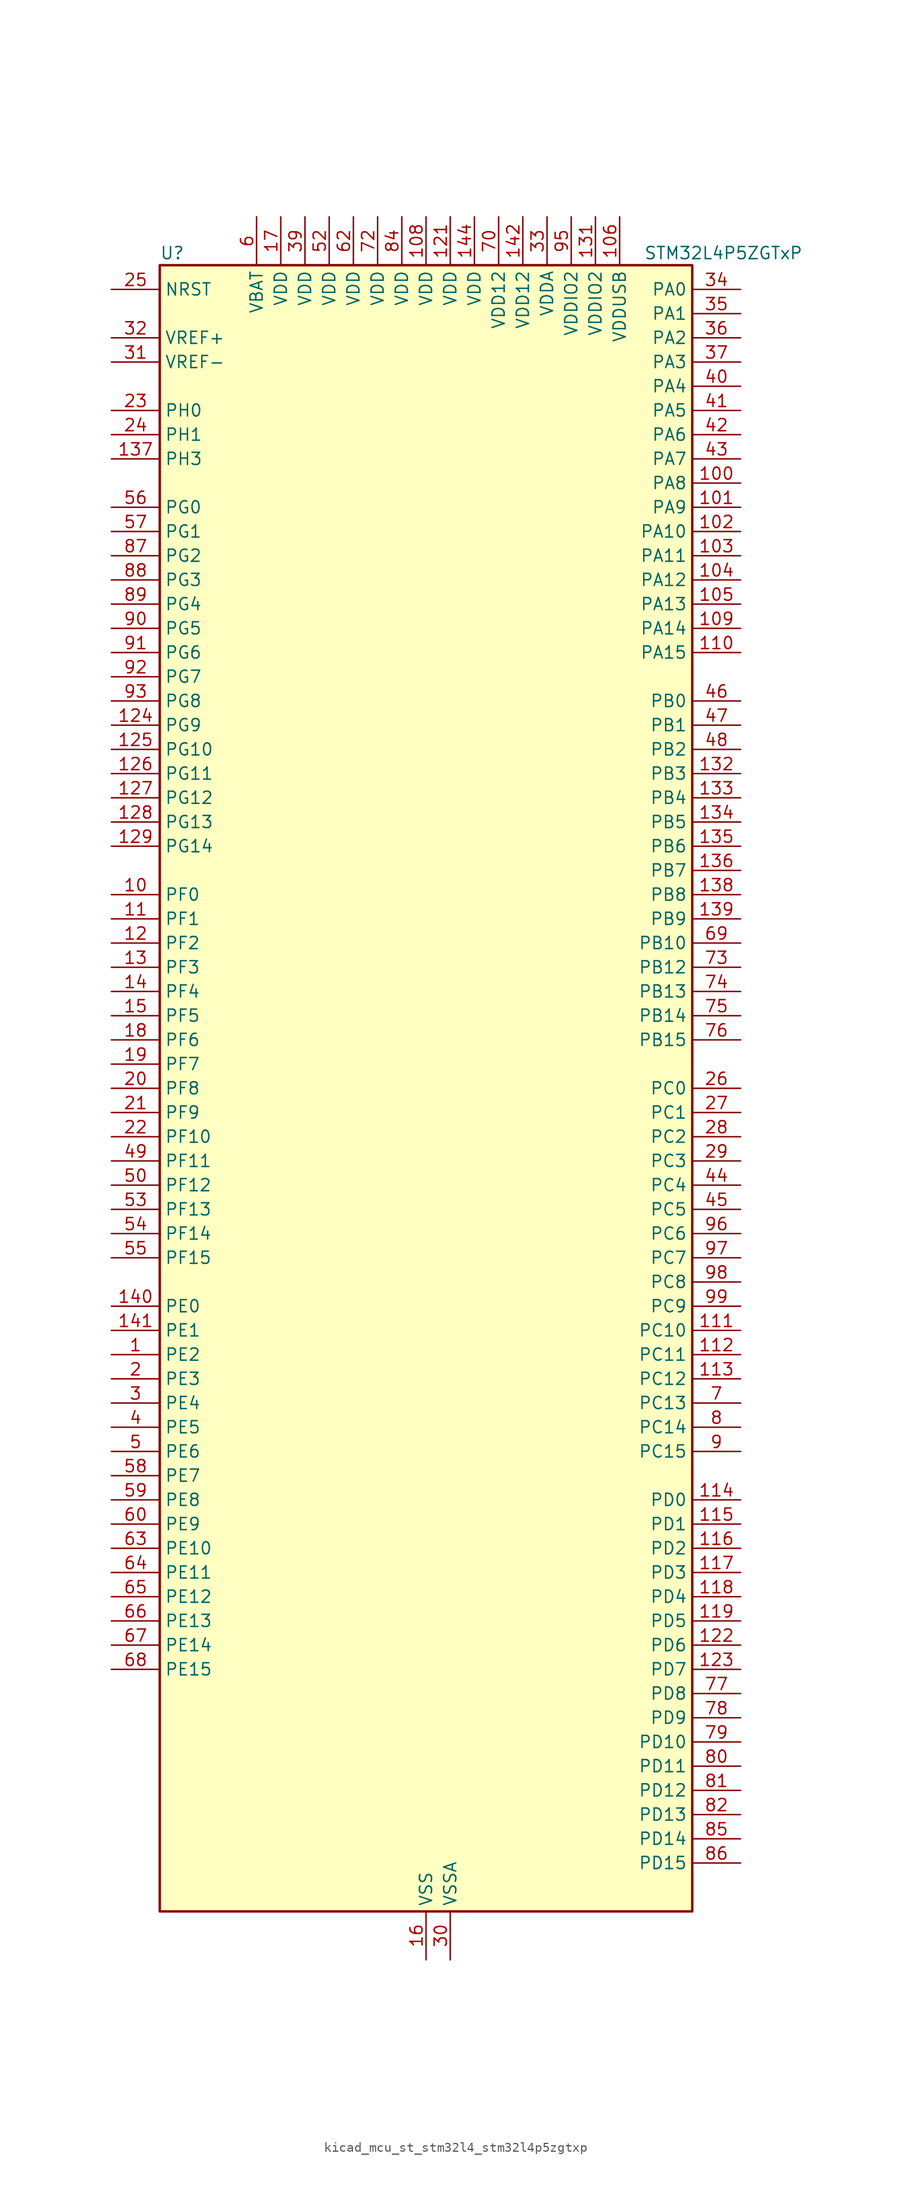
<source format=kicad_sym>
(kicad_symbol_lib
  (version 20220914)
  (generator kicad_symbol_editor)
  (symbol "kicad_mcu_st_stm32l4_stm32l4p5zgtxp"
    (property "Reference" "U"
      (at -27.94 87.63 0)
      (effects (font (size 1.27 1.27)) (justify left)))
    (property "Value" "STM32L4P5ZGTxP"
      (at 22.86 87.63 0)
      (effects (font (size 1.27 1.27)) (justify left)))
    (property "ki_locked" ""
      (at 0 0 0)
      (effects (font (size 1.27 1.27))))
    (symbol "kicad_mcu_st_stm32l4_stm32l4p5zgtxp_0_1"
      (rectangle (start -27.94 -86.36) (end 27.94 86.36) (stroke (width 0.254) (type default)) (fill (type background))))
    (symbol "kicad_mcu_st_stm32l4_stm32l4p5zgtxp_1_1"
      (pin bidirectional line (at -33.02 -27.94 0) (length 5.08) (name "PE2" (effects (font (size 1.27 1.27)))) (number "1" (effects (font (size 1.27 1.27)))) (alternate "FMC_A23" bidirectional line) (alternate "LTDC_R7" bidirectional line) (alternate "SAI1_CK1" bidirectional line) (alternate "SAI1_MCLK_A" bidirectional line) (alternate "SYS_TRACECLK" bidirectional line) (alternate "TIM3_ETR" bidirectional line) (alternate "TSC_G7_IO1" bidirectional line))
      (pin bidirectional line (at -33.02 20.32 0) (length 5.08) (name "PF0" (effects (font (size 1.27 1.27)))) (number "10" (effects (font (size 1.27 1.27)))) (alternate "FMC_A0" bidirectional line) (alternate "I2C2_SDA" bidirectional line) (alternate "OCTOSPIM_P2_IO0" bidirectional line))
      (pin bidirectional line (at 33.02 63.5 180) (length 5.08) (name "PA8" (effects (font (size 1.27 1.27)))) (number "100" (effects (font (size 1.27 1.27)))) (alternate "LPTIM2_OUT" bidirectional line) (alternate "LTDC_B7" bidirectional line) (alternate "RCC_MCO" bidirectional line) (alternate "SAI1_CK2" bidirectional line) (alternate "SAI1_SCK_A" bidirectional line) (alternate "TIM1_CH1" bidirectional line) (alternate "USART1_CK" bidirectional line) (alternate "USB_OTG_FS_SOF" bidirectional line))
      (pin bidirectional line (at 33.02 60.96 180) (length 5.08) (name "PA9" (effects (font (size 1.27 1.27)))) (number "101" (effects (font (size 1.27 1.27)))) (alternate "DAC1_EXTI9" bidirectional line) (alternate "DCMI_D0" bidirectional line) (alternate "LTDC_G7" bidirectional line) (alternate "PSSI_D0" bidirectional line) (alternate "SAI1_FS_A" bidirectional line) (alternate "SPI2_SCK" bidirectional line) (alternate "TIM15_BKIN" bidirectional line) (alternate "TIM1_CH2" bidirectional line) (alternate "USART1_TX" bidirectional line) (alternate "USB_OTG_FS_VBUS" bidirectional line))
      (pin bidirectional line (at 33.02 58.42 180) (length 5.08) (name "PA10" (effects (font (size 1.27 1.27)))) (number "102" (effects (font (size 1.27 1.27)))) (alternate "DCMI_D1" bidirectional line) (alternate "LTDC_G6" bidirectional line) (alternate "PSSI_D1" bidirectional line) (alternate "SAI1_D1" bidirectional line) (alternate "SAI1_SD_A" bidirectional line) (alternate "TIM17_BKIN" bidirectional line) (alternate "TIM1_CH3" bidirectional line) (alternate "USART1_RX" bidirectional line) (alternate "USB_OTG_FS_ID" bidirectional line))
      (pin bidirectional line (at 33.02 55.88 180) (length 5.08) (name "PA11" (effects (font (size 1.27 1.27)))) (number "103" (effects (font (size 1.27 1.27)))) (alternate "ADC1_EXTI11" bidirectional line) (alternate "ADC2_EXTI11" bidirectional line) (alternate "CAN1_RX" bidirectional line) (alternate "LTDC_DE" bidirectional line) (alternate "SPI1_MISO" bidirectional line) (alternate "TIM1_BKIN2" bidirectional line) (alternate "TIM1_CH4" bidirectional line) (alternate "USART1_CTS" bidirectional line) (alternate "USART1_NSS" bidirectional line) (alternate "USB_OTG_FS_DM" bidirectional line))
      (pin bidirectional line (at 33.02 53.34 180) (length 5.08) (name "PA12" (effects (font (size 1.27 1.27)))) (number "104" (effects (font (size 1.27 1.27)))) (alternate "CAN1_TX" bidirectional line) (alternate "LTDC_VSYNC" bidirectional line) (alternate "OCTOSPIM_P2_NCS" bidirectional line) (alternate "SPI1_MOSI" bidirectional line) (alternate "TIM1_ETR" bidirectional line) (alternate "USART1_DE" bidirectional line) (alternate "USART1_RTS" bidirectional line) (alternate "USB_OTG_FS_DP" bidirectional line))
      (pin bidirectional line (at 33.02 50.8 180) (length 5.08) (name "PA13" (effects (font (size 1.27 1.27)))) (number "105" (effects (font (size 1.27 1.27)))) (alternate "IR_OUT" bidirectional line) (alternate "SAI1_SD_B" bidirectional line) (alternate "SYS_JTMS-SWDIO" bidirectional line) (alternate "USB_OTG_FS_NOE" bidirectional line))
      (pin power_in line (at 20.32 91.44 270) (length 5.08) (name "VDDUSB" (effects (font (size 1.27 1.27)))) (number "106" (effects (font (size 1.27 1.27)))))
      (pin passive line (at 0 -91.44 90) (length 5.08) hide (name "VSS" (effects (font (size 1.27 1.27)))) (number "107" (effects (font (size 1.27 1.27)))))
      (pin power_in line (at 0 91.44 270) (length 5.08) (name "VDD" (effects (font (size 1.27 1.27)))) (number "108" (effects (font (size 1.27 1.27)))))
      (pin bidirectional line (at 33.02 48.26 180) (length 5.08) (name "PA14" (effects (font (size 1.27 1.27)))) (number "109" (effects (font (size 1.27 1.27)))) (alternate "I2C1_SMBA" bidirectional line) (alternate "I2C4_SMBA" bidirectional line) (alternate "LPTIM1_OUT" bidirectional line) (alternate "SAI1_FS_B" bidirectional line) (alternate "SYS_JTCK-SWCLK" bidirectional line) (alternate "USB_OTG_FS_SOF" bidirectional line))
      (pin bidirectional line (at -33.02 17.78 0) (length 5.08) (name "PF1" (effects (font (size 1.27 1.27)))) (number "11" (effects (font (size 1.27 1.27)))) (alternate "FMC_A1" bidirectional line) (alternate "I2C2_SCL" bidirectional line) (alternate "OCTOSPIM_P2_IO1" bidirectional line))
      (pin bidirectional line (at 33.02 45.72 180) (length 5.08) (name "PA15" (effects (font (size 1.27 1.27)))) (number "110" (effects (font (size 1.27 1.27)))) (alternate "ADC1_EXTI15" bidirectional line) (alternate "ADC2_EXTI15" bidirectional line) (alternate "LTDC_HSYNC" bidirectional line) (alternate "SAI2_FS_B" bidirectional line) (alternate "SPI1_NSS" bidirectional line) (alternate "SPI3_NSS" bidirectional line) (alternate "SYS_JTDI" bidirectional line) (alternate "TIM2_CH1" bidirectional line) (alternate "TIM2_ETR" bidirectional line) (alternate "TSC_G3_IO1" bidirectional line) (alternate "UART4_DE" bidirectional line) (alternate "UART4_RTS" bidirectional line) (alternate "USART2_RX" bidirectional line) (alternate "USART3_DE" bidirectional line) (alternate "USART3_RTS" bidirectional line))
      (pin bidirectional line (at 33.02 -25.4 180) (length 5.08) (name "PC10" (effects (font (size 1.27 1.27)))) (number "111" (effects (font (size 1.27 1.27)))) (alternate "DCMI_D8" bidirectional line) (alternate "DCMI_VSYNC" bidirectional line) (alternate "PSSI_D8" bidirectional line) (alternate "PSSI_RDY" bidirectional line) (alternate "SAI2_SCK_B" bidirectional line) (alternate "SDMMC1_D2" bidirectional line) (alternate "SPI3_SCK" bidirectional line) (alternate "SYS_TRACED1" bidirectional line) (alternate "TSC_G3_IO2" bidirectional line) (alternate "UART4_TX" bidirectional line) (alternate "USART3_TX" bidirectional line))
      (pin bidirectional line (at 33.02 -27.94 180) (length 5.08) (name "PC11" (effects (font (size 1.27 1.27)))) (number "112" (effects (font (size 1.27 1.27)))) (alternate "ADC1_EXTI11" bidirectional line) (alternate "ADC2_EXTI11" bidirectional line) (alternate "DCMI_D2" bidirectional line) (alternate "DCMI_D4" bidirectional line) (alternate "OCTOSPIM_P1_NCS" bidirectional line) (alternate "PSSI_D2" bidirectional line) (alternate "PSSI_D4" bidirectional line) (alternate "SAI2_MCLK_B" bidirectional line) (alternate "SDMMC1_D3" bidirectional line) (alternate "SPI3_MISO" bidirectional line) (alternate "TSC_G3_IO3" bidirectional line) (alternate "UART4_RX" bidirectional line) (alternate "USART3_RX" bidirectional line))
      (pin bidirectional line (at 33.02 -30.48 180) (length 5.08) (name "PC12" (effects (font (size 1.27 1.27)))) (number "113" (effects (font (size 1.27 1.27)))) (alternate "DCMI_D9" bidirectional line) (alternate "LTDC_R6" bidirectional line) (alternate "PSSI_D9" bidirectional line) (alternate "SAI2_SD_B" bidirectional line) (alternate "SDMMC1_CK" bidirectional line) (alternate "SPI3_MOSI" bidirectional line) (alternate "SYS_TRACED3" bidirectional line) (alternate "TSC_G3_IO4" bidirectional line) (alternate "UART5_TX" bidirectional line) (alternate "USART3_CK" bidirectional line))
      (pin bidirectional line (at 33.02 -43.18 180) (length 5.08) (name "PD0" (effects (font (size 1.27 1.27)))) (number "114" (effects (font (size 1.27 1.27)))) (alternate "CAN1_RX" bidirectional line) (alternate "FMC_D2" bidirectional line) (alternate "FMC_DA2" bidirectional line) (alternate "LTDC_B4" bidirectional line) (alternate "SPI2_NSS" bidirectional line))
      (pin bidirectional line (at 33.02 -45.72 180) (length 5.08) (name "PD1" (effects (font (size 1.27 1.27)))) (number "115" (effects (font (size 1.27 1.27)))) (alternate "CAN1_TX" bidirectional line) (alternate "FMC_D3" bidirectional line) (alternate "FMC_DA3" bidirectional line) (alternate "LTDC_B5" bidirectional line) (alternate "SPI2_SCK" bidirectional line))
      (pin bidirectional line (at 33.02 -48.26 180) (length 5.08) (name "PD2" (effects (font (size 1.27 1.27)))) (number "116" (effects (font (size 1.27 1.27)))) (alternate "DCMI_D11" bidirectional line) (alternate "PSSI_D11" bidirectional line) (alternate "SDMMC1_CMD" bidirectional line) (alternate "SYS_TRACED2" bidirectional line) (alternate "TIM3_ETR" bidirectional line) (alternate "TSC_SYNC" bidirectional line) (alternate "UART5_RX" bidirectional line) (alternate "USART3_DE" bidirectional line) (alternate "USART3_RTS" bidirectional line))
      (pin bidirectional line (at 33.02 -50.8 180) (length 5.08) (name "PD3" (effects (font (size 1.27 1.27)))) (number "117" (effects (font (size 1.27 1.27)))) (alternate "DCMI_D5" bidirectional line) (alternate "DFSDM1_DATIN0" bidirectional line) (alternate "FMC_CLK" bidirectional line) (alternate "LTDC_CLK" bidirectional line) (alternate "OCTOSPIM_P2_NCS" bidirectional line) (alternate "PSSI_D5" bidirectional line) (alternate "SPI2_MISO" bidirectional line) (alternate "SPI2_SCK" bidirectional line) (alternate "USART2_CTS" bidirectional line) (alternate "USART2_NSS" bidirectional line))
      (pin bidirectional line (at 33.02 -53.34 180) (length 5.08) (name "PD4" (effects (font (size 1.27 1.27)))) (number "118" (effects (font (size 1.27 1.27)))) (alternate "DFSDM1_CKIN0" bidirectional line) (alternate "FMC_NOE" bidirectional line) (alternate "OCTOSPIM_P1_IO4" bidirectional line) (alternate "SDMMC2_CKIN" bidirectional line) (alternate "SPI2_MOSI" bidirectional line) (alternate "USART2_DE" bidirectional line) (alternate "USART2_RTS" bidirectional line))
      (pin bidirectional line (at 33.02 -55.88 180) (length 5.08) (name "PD5" (effects (font (size 1.27 1.27)))) (number "119" (effects (font (size 1.27 1.27)))) (alternate "FMC_NWE" bidirectional line) (alternate "OCTOSPIM_P1_IO5" bidirectional line) (alternate "USART2_TX" bidirectional line))
      (pin bidirectional line (at -33.02 15.24 0) (length 5.08) (name "PF2" (effects (font (size 1.27 1.27)))) (number "12" (effects (font (size 1.27 1.27)))) (alternate "FMC_A2" bidirectional line) (alternate "I2C2_SMBA" bidirectional line) (alternate "OCTOSPIM_P2_IO2" bidirectional line))
      (pin passive line (at 0 -91.44 90) (length 5.08) hide (name "VSS" (effects (font (size 1.27 1.27)))) (number "120" (effects (font (size 1.27 1.27)))))
      (pin power_in line (at 2.54 91.44 270) (length 5.08) (name "VDD" (effects (font (size 1.27 1.27)))) (number "121" (effects (font (size 1.27 1.27)))))
      (pin bidirectional line (at 33.02 -58.42 180) (length 5.08) (name "PD6" (effects (font (size 1.27 1.27)))) (number "122" (effects (font (size 1.27 1.27)))) (alternate "DCMI_D10" bidirectional line) (alternate "DFSDM1_DATIN1" bidirectional line) (alternate "FMC_NWAIT" bidirectional line) (alternate "LTDC_DE" bidirectional line) (alternate "OCTOSPIM_P1_IO6" bidirectional line) (alternate "PSSI_D10" bidirectional line) (alternate "SAI1_D1" bidirectional line) (alternate "SAI1_SD_A" bidirectional line) (alternate "SDMMC2_CK" bidirectional line) (alternate "SPI3_MOSI" bidirectional line) (alternate "USART2_RX" bidirectional line))
      (pin bidirectional line (at 33.02 -60.96 180) (length 5.08) (name "PD7" (effects (font (size 1.27 1.27)))) (number "123" (effects (font (size 1.27 1.27)))) (alternate "DFSDM1_CKIN1" bidirectional line) (alternate "FMC_NCE" bidirectional line) (alternate "FMC_NE1" bidirectional line) (alternate "OCTOSPIM_P1_IO7" bidirectional line) (alternate "SDMMC2_CMD" bidirectional line) (alternate "USART2_CK" bidirectional line))
      (pin bidirectional line (at -33.02 38.1 0) (length 5.08) (name "PG9" (effects (font (size 1.27 1.27)))) (number "124" (effects (font (size 1.27 1.27)))) (alternate "DAC1_EXTI9" bidirectional line) (alternate "FMC_NCE" bidirectional line) (alternate "FMC_NE2" bidirectional line) (alternate "OCTOSPIM_P2_IO6" bidirectional line) (alternate "SAI2_SCK_A" bidirectional line) (alternate "SDMMC2_D0" bidirectional line) (alternate "SPI3_SCK" bidirectional line) (alternate "TIM15_CH1N" bidirectional line) (alternate "USART1_TX" bidirectional line))
      (pin bidirectional line (at -33.02 35.56 0) (length 5.08) (name "PG10" (effects (font (size 1.27 1.27)))) (number "125" (effects (font (size 1.27 1.27)))) (alternate "FMC_NE3" bidirectional line) (alternate "LPTIM1_IN1" bidirectional line) (alternate "OCTOSPIM_P2_IO7" bidirectional line) (alternate "SAI2_FS_A" bidirectional line) (alternate "SDMMC2_D1" bidirectional line) (alternate "SPI3_MISO" bidirectional line) (alternate "TIM15_CH1" bidirectional line) (alternate "USART1_RX" bidirectional line))
      (pin bidirectional line (at -33.02 33.02 0) (length 5.08) (name "PG11" (effects (font (size 1.27 1.27)))) (number "126" (effects (font (size 1.27 1.27)))) (alternate "ADC1_EXTI11" bidirectional line) (alternate "ADC2_EXTI11" bidirectional line) (alternate "LPTIM1_IN2" bidirectional line) (alternate "OCTOSPIM_P1_IO5" bidirectional line) (alternate "SAI2_MCLK_A" bidirectional line) (alternate "SDMMC2_D2" bidirectional line) (alternate "SPI3_MOSI" bidirectional line) (alternate "TIM15_CH2" bidirectional line) (alternate "USART1_CTS" bidirectional line) (alternate "USART1_NSS" bidirectional line))
      (pin bidirectional line (at -33.02 30.48 0) (length 5.08) (name "PG12" (effects (font (size 1.27 1.27)))) (number "127" (effects (font (size 1.27 1.27)))) (alternate "FMC_NE4" bidirectional line) (alternate "LPTIM1_ETR" bidirectional line) (alternate "OCTOSPIM_P2_NCS" bidirectional line) (alternate "SAI2_SD_A" bidirectional line) (alternate "SDMMC2_D3" bidirectional line) (alternate "SPI3_NSS" bidirectional line) (alternate "USART1_DE" bidirectional line) (alternate "USART1_RTS" bidirectional line))
      (pin bidirectional line (at -33.02 27.94 0) (length 5.08) (name "PG13" (effects (font (size 1.27 1.27)))) (number "128" (effects (font (size 1.27 1.27)))) (alternate "FMC_A24" bidirectional line) (alternate "I2C1_SDA" bidirectional line) (alternate "LTDC_R0" bidirectional line) (alternate "USART1_CK" bidirectional line))
      (pin bidirectional line (at -33.02 25.4 0) (length 5.08) (name "PG14" (effects (font (size 1.27 1.27)))) (number "129" (effects (font (size 1.27 1.27)))) (alternate "FMC_A25" bidirectional line) (alternate "I2C1_SCL" bidirectional line) (alternate "LTDC_R1" bidirectional line))
      (pin bidirectional line (at -33.02 12.7 0) (length 5.08) (name "PF3" (effects (font (size 1.27 1.27)))) (number "13" (effects (font (size 1.27 1.27)))) (alternate "FMC_A3" bidirectional line) (alternate "OCTOSPIM_P2_IO3" bidirectional line))
      (pin passive line (at 0 -91.44 90) (length 5.08) hide (name "VSS" (effects (font (size 1.27 1.27)))) (number "130" (effects (font (size 1.27 1.27)))))
      (pin power_in line (at 17.78 91.44 270) (length 5.08) (name "VDDIO2" (effects (font (size 1.27 1.27)))) (number "131" (effects (font (size 1.27 1.27)))))
      (pin bidirectional line (at 33.02 33.02 180) (length 5.08) (name "PB3" (effects (font (size 1.27 1.27)))) (number "132" (effects (font (size 1.27 1.27)))) (alternate "COMP2_INM" bidirectional line) (alternate "CRS_SYNC" bidirectional line) (alternate "OCTOSPIM_P1_IO4" bidirectional line) (alternate "SAI1_SCK_B" bidirectional line) (alternate "SDMMC2_D2" bidirectional line) (alternate "SPI1_SCK" bidirectional line) (alternate "SPI3_SCK" bidirectional line) (alternate "SYS_JTDO-SWO" bidirectional line) (alternate "TIM2_CH2" bidirectional line) (alternate "USART1_DE" bidirectional line) (alternate "USART1_RTS" bidirectional line))
      (pin bidirectional line (at 33.02 30.48 180) (length 5.08) (name "PB4" (effects (font (size 1.27 1.27)))) (number "133" (effects (font (size 1.27 1.27)))) (alternate "COMP2_INP" bidirectional line) (alternate "DCMI_D12" bidirectional line) (alternate "I2C3_SDA" bidirectional line) (alternate "OCTOSPIM_P1_IO5" bidirectional line) (alternate "PSSI_D12" bidirectional line) (alternate "SAI1_MCLK_B" bidirectional line) (alternate "SDMMC2_D3" bidirectional line) (alternate "SPI1_MISO" bidirectional line) (alternate "SPI3_MISO" bidirectional line) (alternate "SYS_JTRST" bidirectional line) (alternate "TIM17_BKIN" bidirectional line) (alternate "TIM3_CH1" bidirectional line) (alternate "TSC_G2_IO1" bidirectional line) (alternate "UART5_DE" bidirectional line) (alternate "UART5_RTS" bidirectional line) (alternate "USART1_CTS" bidirectional line) (alternate "USART1_NSS" bidirectional line))
      (pin bidirectional line (at 33.02 27.94 180) (length 5.08) (name "PB5" (effects (font (size 1.27 1.27)))) (number "134" (effects (font (size 1.27 1.27)))) (alternate "COMP2_OUT" bidirectional line) (alternate "DCMI_D10" bidirectional line) (alternate "I2C1_SMBA" bidirectional line) (alternate "LPTIM1_IN1" bidirectional line) (alternate "OCTOSPIM_P1_IO0" bidirectional line) (alternate "PSSI_D10" bidirectional line) (alternate "SAI1_SD_B" bidirectional line) (alternate "SPI1_MOSI" bidirectional line) (alternate "SPI3_MOSI" bidirectional line) (alternate "TIM16_BKIN" bidirectional line) (alternate "TIM3_CH2" bidirectional line) (alternate "TSC_G2_IO2" bidirectional line) (alternate "UART5_CTS" bidirectional line) (alternate "USART1_CK" bidirectional line))
      (pin bidirectional line (at 33.02 25.4 180) (length 5.08) (name "PB6" (effects (font (size 1.27 1.27)))) (number "135" (effects (font (size 1.27 1.27)))) (alternate "COMP2_INP" bidirectional line) (alternate "DCMI_D5" bidirectional line) (alternate "I2C1_SCL" bidirectional line) (alternate "I2C4_SCL" bidirectional line) (alternate "LPTIM1_ETR" bidirectional line) (alternate "LTDC_R6" bidirectional line) (alternate "PSSI_D5" bidirectional line) (alternate "SAI1_FS_B" bidirectional line) (alternate "TIM16_CH1N" bidirectional line) (alternate "TIM4_CH1" bidirectional line) (alternate "TIM8_BKIN2" bidirectional line) (alternate "TSC_G2_IO3" bidirectional line) (alternate "USART1_TX" bidirectional line))
      (pin bidirectional line (at 33.02 22.86 180) (length 5.08) (name "PB7" (effects (font (size 1.27 1.27)))) (number "136" (effects (font (size 1.27 1.27)))) (alternate "COMP2_INM" bidirectional line) (alternate "DCMI_VSYNC" bidirectional line) (alternate "FMC_NL" bidirectional line) (alternate "I2C1_SDA" bidirectional line) (alternate "I2C4_SDA" bidirectional line) (alternate "LPTIM1_IN2" bidirectional line) (alternate "LTDC_VSYNC" bidirectional line) (alternate "PSSI_RDY" bidirectional line) (alternate "SYS_PVD_IN" bidirectional line) (alternate "TIM17_CH1N" bidirectional line) (alternate "TIM4_CH2" bidirectional line) (alternate "TIM8_BKIN" bidirectional line) (alternate "TSC_G2_IO4" bidirectional line) (alternate "UART4_CTS" bidirectional line) (alternate "USART1_RX" bidirectional line))
      (pin bidirectional line (at -33.02 66.04 0) (length 5.08) (name "PH3" (effects (font (size 1.27 1.27)))) (number "137" (effects (font (size 1.27 1.27)))))
      (pin bidirectional line (at 33.02 20.32 180) (length 5.08) (name "PB8" (effects (font (size 1.27 1.27)))) (number "138" (effects (font (size 1.27 1.27)))) (alternate "CAN1_RX" bidirectional line) (alternate "DCMI_D6" bidirectional line) (alternate "DFSDM1_CKOUT" bidirectional line) (alternate "I2C1_SCL" bidirectional line) (alternate "LTDC_DE" bidirectional line) (alternate "PSSI_D6" bidirectional line) (alternate "SAI1_CK1" bidirectional line) (alternate "SAI1_MCLK_A" bidirectional line) (alternate "SDMMC1_CKIN" bidirectional line) (alternate "SDMMC1_D4" bidirectional line) (alternate "SDMMC2_D4" bidirectional line) (alternate "TIM16_CH1" bidirectional line) (alternate "TIM4_CH3" bidirectional line))
      (pin bidirectional line (at 33.02 17.78 180) (length 5.08) (name "PB9" (effects (font (size 1.27 1.27)))) (number "139" (effects (font (size 1.27 1.27)))) (alternate "CAN1_TX" bidirectional line) (alternate "DAC1_EXTI9" bidirectional line) (alternate "DCMI_D7" bidirectional line) (alternate "I2C1_SDA" bidirectional line) (alternate "IR_OUT" bidirectional line) (alternate "PSSI_D7" bidirectional line) (alternate "SAI1_D2" bidirectional line) (alternate "SAI1_FS_A" bidirectional line) (alternate "SDMMC1_CDIR" bidirectional line) (alternate "SDMMC1_D5" bidirectional line) (alternate "SDMMC2_D5" bidirectional line) (alternate "SPI2_NSS" bidirectional line) (alternate "TIM17_CH1" bidirectional line) (alternate "TIM4_CH4" bidirectional line))
      (pin bidirectional line (at -33.02 10.16 0) (length 5.08) (name "PF4" (effects (font (size 1.27 1.27)))) (number "14" (effects (font (size 1.27 1.27)))) (alternate "FMC_A4" bidirectional line) (alternate "OCTOSPIM_P2_CLK" bidirectional line))
      (pin bidirectional line (at -33.02 -22.86 0) (length 5.08) (name "PE0" (effects (font (size 1.27 1.27)))) (number "140" (effects (font (size 1.27 1.27)))) (alternate "DCMI_D2" bidirectional line) (alternate "FMC_NBL0" bidirectional line) (alternate "LTDC_HSYNC" bidirectional line) (alternate "PSSI_D2" bidirectional line) (alternate "TIM16_CH1" bidirectional line) (alternate "TIM4_ETR" bidirectional line))
      (pin bidirectional line (at -33.02 -25.4 0) (length 5.08) (name "PE1" (effects (font (size 1.27 1.27)))) (number "141" (effects (font (size 1.27 1.27)))) (alternate "DCMI_D3" bidirectional line) (alternate "FMC_NBL1" bidirectional line) (alternate "LTDC_VSYNC" bidirectional line) (alternate "PSSI_D3" bidirectional line) (alternate "TIM17_CH1" bidirectional line))
      (pin power_in line (at 10.16 91.44 270) (length 5.08) (name "VDD12" (effects (font (size 1.27 1.27)))) (number "142" (effects (font (size 1.27 1.27)))))
      (pin passive line (at 0 -91.44 90) (length 5.08) hide (name "VSS" (effects (font (size 1.27 1.27)))) (number "143" (effects (font (size 1.27 1.27)))))
      (pin power_in line (at 5.08 91.44 270) (length 5.08) (name "VDD" (effects (font (size 1.27 1.27)))) (number "144" (effects (font (size 1.27 1.27)))))
      (pin bidirectional line (at -33.02 7.62 0) (length 5.08) (name "PF5" (effects (font (size 1.27 1.27)))) (number "15" (effects (font (size 1.27 1.27)))) (alternate "FMC_A5" bidirectional line) (alternate "OCTOSPIM_P2_NCLK" bidirectional line))
      (pin power_in line (at 0 -91.44 90) (length 5.08) (name "VSS" (effects (font (size 1.27 1.27)))) (number "16" (effects (font (size 1.27 1.27)))))
      (pin power_in line (at -15.24 91.44 270) (length 5.08) (name "VDD" (effects (font (size 1.27 1.27)))) (number "17" (effects (font (size 1.27 1.27)))))
      (pin bidirectional line (at -33.02 5.08 0) (length 5.08) (name "PF6" (effects (font (size 1.27 1.27)))) (number "18" (effects (font (size 1.27 1.27)))) (alternate "OCTOSPIM_P1_IO3" bidirectional line) (alternate "SAI1_SD_B" bidirectional line) (alternate "TIM5_CH1" bidirectional line) (alternate "TIM5_ETR" bidirectional line))
      (pin bidirectional line (at -33.02 2.54 0) (length 5.08) (name "PF7" (effects (font (size 1.27 1.27)))) (number "19" (effects (font (size 1.27 1.27)))) (alternate "OCTOSPIM_P1_IO2" bidirectional line) (alternate "SAI1_MCLK_B" bidirectional line) (alternate "TIM5_CH2" bidirectional line))
      (pin bidirectional line (at -33.02 -30.48 0) (length 5.08) (name "PE3" (effects (font (size 1.27 1.27)))) (number "2" (effects (font (size 1.27 1.27)))) (alternate "FMC_A19" bidirectional line) (alternate "LTDC_R6" bidirectional line) (alternate "OCTOSPIM_P1_DQS" bidirectional line) (alternate "SAI1_SD_B" bidirectional line) (alternate "SYS_TRACED0" bidirectional line) (alternate "TIM3_CH1" bidirectional line) (alternate "TSC_G7_IO2" bidirectional line))
      (pin bidirectional line (at -33.02 0 0) (length 5.08) (name "PF8" (effects (font (size 1.27 1.27)))) (number "20" (effects (font (size 1.27 1.27)))) (alternate "OCTOSPIM_P1_IO0" bidirectional line) (alternate "SAI1_SCK_B" bidirectional line) (alternate "TIM5_CH3" bidirectional line))
      (pin bidirectional line (at -33.02 -2.54 0) (length 5.08) (name "PF9" (effects (font (size 1.27 1.27)))) (number "21" (effects (font (size 1.27 1.27)))) (alternate "DAC1_EXTI9" bidirectional line) (alternate "OCTOSPIM_P1_IO1" bidirectional line) (alternate "SAI1_FS_B" bidirectional line) (alternate "TIM15_CH1" bidirectional line) (alternate "TIM5_CH4" bidirectional line))
      (pin bidirectional line (at -33.02 -5.08 0) (length 5.08) (name "PF10" (effects (font (size 1.27 1.27)))) (number "22" (effects (font (size 1.27 1.27)))) (alternate "DCMI_D11" bidirectional line) (alternate "DFSDM1_CKOUT" bidirectional line) (alternate "OCTOSPIM_P1_CLK" bidirectional line) (alternate "PSSI_D11" bidirectional line) (alternate "PSSI_D15" bidirectional line) (alternate "SAI1_D3" bidirectional line) (alternate "TIM15_CH2" bidirectional line))
      (pin bidirectional line (at -33.02 71.12 0) (length 5.08) (name "PH0" (effects (font (size 1.27 1.27)))) (number "23" (effects (font (size 1.27 1.27)))) (alternate "RCC_OSC_IN" bidirectional line))
      (pin bidirectional line (at -33.02 68.58 0) (length 5.08) (name "PH1" (effects (font (size 1.27 1.27)))) (number "24" (effects (font (size 1.27 1.27)))) (alternate "RCC_OSC_OUT" bidirectional line))
      (pin input line (at -33.02 83.82 0) (length 5.08) (name "NRST" (effects (font (size 1.27 1.27)))) (number "25" (effects (font (size 1.27 1.27)))))
      (pin bidirectional line (at 33.02 0 180) (length 5.08) (name "PC0" (effects (font (size 1.27 1.27)))) (number "26" (effects (font (size 1.27 1.27)))) (alternate "ADC1_IN1" bidirectional line) (alternate "ADC2_IN1" bidirectional line) (alternate "I2C3_SCL" bidirectional line) (alternate "LPTIM1_IN1" bidirectional line) (alternate "LPTIM2_IN1" bidirectional line) (alternate "LPUART1_RX" bidirectional line) (alternate "LTDC_DE" bidirectional line) (alternate "SAI2_FS_A" bidirectional line) (alternate "SDMMC1_CMD" bidirectional line) (alternate "SDMMC2_CKIN" bidirectional line))
      (pin bidirectional line (at 33.02 -2.54 180) (length 5.08) (name "PC1" (effects (font (size 1.27 1.27)))) (number "27" (effects (font (size 1.27 1.27)))) (alternate "ADC1_IN2" bidirectional line) (alternate "ADC2_IN2" bidirectional line) (alternate "I2C3_SDA" bidirectional line) (alternate "LPTIM1_OUT" bidirectional line) (alternate "LPUART1_TX" bidirectional line) (alternate "OCTOSPIM_P1_IO4" bidirectional line) (alternate "SAI1_SD_A" bidirectional line) (alternate "SPI2_MOSI" bidirectional line) (alternate "SYS_TRACED0" bidirectional line))
      (pin bidirectional line (at 33.02 -5.08 180) (length 5.08) (name "PC2" (effects (font (size 1.27 1.27)))) (number "28" (effects (font (size 1.27 1.27)))) (alternate "ADC1_IN3" bidirectional line) (alternate "ADC2_IN3" bidirectional line) (alternate "DFSDM1_CKOUT" bidirectional line) (alternate "LPTIM1_IN2" bidirectional line) (alternate "LTDC_HSYNC" bidirectional line) (alternate "OCTOSPIM_P1_IO5" bidirectional line) (alternate "SPI2_MISO" bidirectional line))
      (pin bidirectional line (at 33.02 -7.62 180) (length 5.08) (name "PC3" (effects (font (size 1.27 1.27)))) (number "29" (effects (font (size 1.27 1.27)))) (alternate "ADC1_IN4" bidirectional line) (alternate "ADC2_IN4" bidirectional line) (alternate "LPTIM1_ETR" bidirectional line) (alternate "LPTIM2_ETR" bidirectional line) (alternate "OCTOSPIM_P1_IO6" bidirectional line) (alternate "SAI1_D1" bidirectional line) (alternate "SAI1_SD_A" bidirectional line) (alternate "SPI2_MOSI" bidirectional line))
      (pin bidirectional line (at -33.02 -33.02 0) (length 5.08) (name "PE4" (effects (font (size 1.27 1.27)))) (number "3" (effects (font (size 1.27 1.27)))) (alternate "DCMI_D4" bidirectional line) (alternate "DFSDM1_DATIN3" bidirectional line) (alternate "FMC_A20" bidirectional line) (alternate "LTDC_B7" bidirectional line) (alternate "PSSI_D4" bidirectional line) (alternate "SAI1_D2" bidirectional line) (alternate "SAI1_FS_A" bidirectional line) (alternate "SYS_TRACED1" bidirectional line) (alternate "TIM3_CH2" bidirectional line) (alternate "TSC_G7_IO3" bidirectional line))
      (pin power_in line (at 2.54 -91.44 90) (length 5.08) (name "VSSA" (effects (font (size 1.27 1.27)))) (number "30" (effects (font (size 1.27 1.27)))))
      (pin input line (at -33.02 76.2 0) (length 5.08) (name "VREF-" (effects (font (size 1.27 1.27)))) (number "31" (effects (font (size 1.27 1.27)))))
      (pin input line (at -33.02 78.74 0) (length 5.08) (name "VREF+" (effects (font (size 1.27 1.27)))) (number "32" (effects (font (size 1.27 1.27)))) (alternate "VREFBUF_OUT" bidirectional line))
      (pin power_in line (at 12.7 91.44 270) (length 5.08) (name "VDDA" (effects (font (size 1.27 1.27)))) (number "33" (effects (font (size 1.27 1.27)))))
      (pin bidirectional line (at 33.02 83.82 180) (length 5.08) (name "PA0" (effects (font (size 1.27 1.27)))) (number "34" (effects (font (size 1.27 1.27)))) (alternate "ADC1_IN5" bidirectional line) (alternate "ADC2_IN5" bidirectional line) (alternate "OPAMP1_VINP" bidirectional line) (alternate "RTC_TAMP2" bidirectional line) (alternate "SAI1_EXTCLK" bidirectional line) (alternate "SYS_WKUP1" bidirectional line) (alternate "TIM2_CH1" bidirectional line) (alternate "TIM2_ETR" bidirectional line) (alternate "TIM5_CH1" bidirectional line) (alternate "TIM8_ETR" bidirectional line) (alternate "UART4_TX" bidirectional line) (alternate "USART2_CTS" bidirectional line) (alternate "USART2_NSS" bidirectional line))
      (pin bidirectional line (at 33.02 81.28 180) (length 5.08) (name "PA1" (effects (font (size 1.27 1.27)))) (number "35" (effects (font (size 1.27 1.27)))) (alternate "ADC1_IN6" bidirectional line) (alternate "ADC2_IN6" bidirectional line) (alternate "I2C1_SMBA" bidirectional line) (alternate "OCTOSPIM_P1_DQS" bidirectional line) (alternate "OPAMP1_VINM" bidirectional line) (alternate "SDMMC2_CMD" bidirectional line) (alternate "SPI1_SCK" bidirectional line) (alternate "TIM15_CH1N" bidirectional line) (alternate "TIM2_CH2" bidirectional line) (alternate "TIM5_CH2" bidirectional line) (alternate "UART4_RX" bidirectional line) (alternate "USART2_DE" bidirectional line) (alternate "USART2_RTS" bidirectional line))
      (pin bidirectional line (at 33.02 78.74 180) (length 5.08) (name "PA2" (effects (font (size 1.27 1.27)))) (number "36" (effects (font (size 1.27 1.27)))) (alternate "ADC1_IN7" bidirectional line) (alternate "ADC2_IN7" bidirectional line) (alternate "LPUART1_TX" bidirectional line) (alternate "OCTOSPIM_P1_NCS" bidirectional line) (alternate "RCC_LSCO" bidirectional line) (alternate "SAI2_EXTCLK" bidirectional line) (alternate "SYS_WKUP4" bidirectional line) (alternate "TIM15_CH1" bidirectional line) (alternate "TIM2_CH3" bidirectional line) (alternate "TIM5_CH3" bidirectional line) (alternate "USART2_TX" bidirectional line))
      (pin bidirectional line (at 33.02 76.2 180) (length 5.08) (name "PA3" (effects (font (size 1.27 1.27)))) (number "37" (effects (font (size 1.27 1.27)))) (alternate "ADC1_IN8" bidirectional line) (alternate "ADC2_IN8" bidirectional line) (alternate "LPUART1_RX" bidirectional line) (alternate "OCTOSPIM_P1_CLK" bidirectional line) (alternate "OPAMP1_VOUT" bidirectional line) (alternate "SAI1_CK1" bidirectional line) (alternate "SAI1_MCLK_A" bidirectional line) (alternate "TIM15_CH2" bidirectional line) (alternate "TIM2_CH4" bidirectional line) (alternate "TIM5_CH4" bidirectional line) (alternate "USART2_RX" bidirectional line))
      (pin passive line (at 0 -91.44 90) (length 5.08) hide (name "VSS" (effects (font (size 1.27 1.27)))) (number "38" (effects (font (size 1.27 1.27)))))
      (pin power_in line (at -12.7 91.44 270) (length 5.08) (name "VDD" (effects (font (size 1.27 1.27)))) (number "39" (effects (font (size 1.27 1.27)))))
      (pin bidirectional line (at -33.02 -35.56 0) (length 5.08) (name "PE5" (effects (font (size 1.27 1.27)))) (number "4" (effects (font (size 1.27 1.27)))) (alternate "DCMI_D6" bidirectional line) (alternate "DFSDM1_CKIN3" bidirectional line) (alternate "FMC_A21" bidirectional line) (alternate "LTDC_G7" bidirectional line) (alternate "PSSI_D6" bidirectional line) (alternate "SAI1_CK2" bidirectional line) (alternate "SAI1_SCK_A" bidirectional line) (alternate "SYS_TRACED2" bidirectional line) (alternate "TIM3_CH3" bidirectional line) (alternate "TSC_G7_IO4" bidirectional line))
      (pin bidirectional line (at 33.02 73.66 180) (length 5.08) (name "PA4" (effects (font (size 1.27 1.27)))) (number "40" (effects (font (size 1.27 1.27)))) (alternate "ADC1_IN9" bidirectional line) (alternate "ADC2_IN9" bidirectional line) (alternate "DAC1_OUT1" bidirectional line) (alternate "DCMI_HSYNC" bidirectional line) (alternate "LPTIM2_OUT" bidirectional line) (alternate "LTDC_CLK" bidirectional line) (alternate "OCTOSPIM_P1_NCS" bidirectional line) (alternate "PSSI_DE" bidirectional line) (alternate "SAI1_FS_B" bidirectional line) (alternate "SPI1_NSS" bidirectional line) (alternate "SPI3_NSS" bidirectional line) (alternate "USART2_CK" bidirectional line))
      (pin bidirectional line (at 33.02 71.12 180) (length 5.08) (name "PA5" (effects (font (size 1.27 1.27)))) (number "41" (effects (font (size 1.27 1.27)))) (alternate "ADC1_IN10" bidirectional line) (alternate "ADC2_IN10" bidirectional line) (alternate "DAC1_OUT2" bidirectional line) (alternate "LPTIM2_ETR" bidirectional line) (alternate "LTDC_R7" bidirectional line) (alternate "PSSI_D14" bidirectional line) (alternate "SPI1_SCK" bidirectional line) (alternate "TIM2_CH1" bidirectional line) (alternate "TIM2_ETR" bidirectional line) (alternate "TIM8_CH1N" bidirectional line))
      (pin bidirectional line (at 33.02 68.58 180) (length 5.08) (name "PA6" (effects (font (size 1.27 1.27)))) (number "42" (effects (font (size 1.27 1.27)))) (alternate "ADC1_IN11" bidirectional line) (alternate "ADC2_IN11" bidirectional line) (alternate "DCMI_PIXCLK" bidirectional line) (alternate "LPUART1_CTS" bidirectional line) (alternate "OCTOSPIM_P1_IO3" bidirectional line) (alternate "OPAMP2_VINP" bidirectional line) (alternate "PSSI_PDCK" bidirectional line) (alternate "SPI1_MISO" bidirectional line) (alternate "TIM16_CH1" bidirectional line) (alternate "TIM1_BKIN" bidirectional line) (alternate "TIM3_CH1" bidirectional line) (alternate "TIM8_BKIN" bidirectional line) (alternate "USART3_CTS" bidirectional line) (alternate "USART3_NSS" bidirectional line))
      (pin bidirectional line (at 33.02 66.04 180) (length 5.08) (name "PA7" (effects (font (size 1.27 1.27)))) (number "43" (effects (font (size 1.27 1.27)))) (alternate "ADC1_IN12" bidirectional line) (alternate "ADC2_IN12" bidirectional line) (alternate "I2C3_SCL" bidirectional line) (alternate "OCTOSPIM_P1_IO2" bidirectional line) (alternate "OPAMP2_VINM" bidirectional line) (alternate "SPI1_MOSI" bidirectional line) (alternate "TIM17_CH1" bidirectional line) (alternate "TIM1_CH1N" bidirectional line) (alternate "TIM3_CH2" bidirectional line) (alternate "TIM8_CH1N" bidirectional line))
      (pin bidirectional line (at 33.02 -10.16 180) (length 5.08) (name "PC4" (effects (font (size 1.27 1.27)))) (number "44" (effects (font (size 1.27 1.27)))) (alternate "ADC1_IN13" bidirectional line) (alternate "ADC2_IN13" bidirectional line) (alternate "COMP1_INM" bidirectional line) (alternate "OCTOSPIM_P1_IO7" bidirectional line) (alternate "OCTOSPIM_P2_NCS" bidirectional line) (alternate "USART3_TX" bidirectional line))
      (pin bidirectional line (at 33.02 -12.7 180) (length 5.08) (name "PC5" (effects (font (size 1.27 1.27)))) (number "45" (effects (font (size 1.27 1.27)))) (alternate "ADC1_IN14" bidirectional line) (alternate "ADC2_IN14" bidirectional line) (alternate "COMP1_INP" bidirectional line) (alternate "LTDC_CLK" bidirectional line) (alternate "PSSI_D15" bidirectional line) (alternate "SAI1_D3" bidirectional line) (alternate "SYS_WKUP5" bidirectional line) (alternate "USART3_RX" bidirectional line))
      (pin bidirectional line (at 33.02 40.64 180) (length 5.08) (name "PB0" (effects (font (size 1.27 1.27)))) (number "46" (effects (font (size 1.27 1.27)))) (alternate "ADC1_IN15" bidirectional line) (alternate "ADC2_IN15" bidirectional line) (alternate "COMP1_OUT" bidirectional line) (alternate "LTDC_B6" bidirectional line) (alternate "OCTOSPIM_P1_IO1" bidirectional line) (alternate "OPAMP2_VOUT" bidirectional line) (alternate "SAI1_EXTCLK" bidirectional line) (alternate "SPI1_NSS" bidirectional line) (alternate "TIM1_CH2N" bidirectional line) (alternate "TIM3_CH3" bidirectional line) (alternate "TIM8_CH2N" bidirectional line) (alternate "USART3_CK" bidirectional line))
      (pin bidirectional line (at 33.02 38.1 180) (length 5.08) (name "PB1" (effects (font (size 1.27 1.27)))) (number "47" (effects (font (size 1.27 1.27)))) (alternate "ADC1_IN16" bidirectional line) (alternate "ADC2_IN16" bidirectional line) (alternate "COMP1_INM" bidirectional line) (alternate "DFSDM1_DATIN0" bidirectional line) (alternate "LPTIM2_IN1" bidirectional line) (alternate "LPUART1_DE" bidirectional line) (alternate "LPUART1_RTS" bidirectional line) (alternate "LTDC_G6" bidirectional line) (alternate "OCTOSPIM_P1_IO0" bidirectional line) (alternate "TIM1_CH3N" bidirectional line) (alternate "TIM3_CH4" bidirectional line) (alternate "TIM8_CH3N" bidirectional line) (alternate "USART3_DE" bidirectional line) (alternate "USART3_RTS" bidirectional line))
      (pin bidirectional line (at 33.02 35.56 180) (length 5.08) (name "PB2" (effects (font (size 1.27 1.27)))) (number "48" (effects (font (size 1.27 1.27)))) (alternate "COMP1_INP" bidirectional line) (alternate "DFSDM1_CKIN0" bidirectional line) (alternate "I2C3_SMBA" bidirectional line) (alternate "LPTIM1_OUT" bidirectional line) (alternate "OCTOSPIM_P1_DQS" bidirectional line) (alternate "RTC_OUT2" bidirectional line))
      (pin bidirectional line (at -33.02 -7.62 0) (length 5.08) (name "PF11" (effects (font (size 1.27 1.27)))) (number "49" (effects (font (size 1.27 1.27)))) (alternate "ADC1_EXTI11" bidirectional line) (alternate "ADC2_EXTI11" bidirectional line) (alternate "DCMI_D12" bidirectional line) (alternate "LTDC_DE" bidirectional line) (alternate "OCTOSPIM_P1_NCLK" bidirectional line) (alternate "PSSI_D12" bidirectional line))
      (pin bidirectional line (at -33.02 -38.1 0) (length 5.08) (name "PE6" (effects (font (size 1.27 1.27)))) (number "5" (effects (font (size 1.27 1.27)))) (alternate "DCMI_D7" bidirectional line) (alternate "FMC_A22" bidirectional line) (alternate "LTDC_G6" bidirectional line) (alternate "PSSI_D7" bidirectional line) (alternate "RTC_TAMP3" bidirectional line) (alternate "SAI1_D1" bidirectional line) (alternate "SAI1_SD_A" bidirectional line) (alternate "SYS_TRACED3" bidirectional line) (alternate "SYS_WKUP3" bidirectional line) (alternate "TIM3_CH4" bidirectional line))
      (pin bidirectional line (at -33.02 -10.16 0) (length 5.08) (name "PF12" (effects (font (size 1.27 1.27)))) (number "50" (effects (font (size 1.27 1.27)))) (alternate "FMC_A6" bidirectional line) (alternate "LTDC_B0" bidirectional line) (alternate "OCTOSPIM_P2_DQS" bidirectional line))
      (pin passive line (at 0 -91.44 90) (length 5.08) hide (name "VSS" (effects (font (size 1.27 1.27)))) (number "51" (effects (font (size 1.27 1.27)))))
      (pin power_in line (at -10.16 91.44 270) (length 5.08) (name "VDD" (effects (font (size 1.27 1.27)))) (number "52" (effects (font (size 1.27 1.27)))))
      (pin bidirectional line (at -33.02 -12.7 0) (length 5.08) (name "PF13" (effects (font (size 1.27 1.27)))) (number "53" (effects (font (size 1.27 1.27)))) (alternate "FMC_A7" bidirectional line) (alternate "I2C4_SMBA" bidirectional line) (alternate "LTDC_B1" bidirectional line))
      (pin bidirectional line (at -33.02 -15.24 0) (length 5.08) (name "PF14" (effects (font (size 1.27 1.27)))) (number "54" (effects (font (size 1.27 1.27)))) (alternate "FMC_A8" bidirectional line) (alternate "I2C4_SCL" bidirectional line) (alternate "LTDC_G0" bidirectional line) (alternate "TSC_G8_IO1" bidirectional line))
      (pin bidirectional line (at -33.02 -17.78 0) (length 5.08) (name "PF15" (effects (font (size 1.27 1.27)))) (number "55" (effects (font (size 1.27 1.27)))) (alternate "ADC1_EXTI15" bidirectional line) (alternate "ADC2_EXTI15" bidirectional line) (alternate "FMC_A9" bidirectional line) (alternate "I2C4_SDA" bidirectional line) (alternate "LTDC_G1" bidirectional line) (alternate "TSC_G8_IO2" bidirectional line))
      (pin bidirectional line (at -33.02 60.96 0) (length 5.08) (name "PG0" (effects (font (size 1.27 1.27)))) (number "56" (effects (font (size 1.27 1.27)))) (alternate "FMC_A10" bidirectional line) (alternate "OCTOSPIM_P2_IO4" bidirectional line) (alternate "TSC_G8_IO3" bidirectional line))
      (pin bidirectional line (at -33.02 58.42 0) (length 5.08) (name "PG1" (effects (font (size 1.27 1.27)))) (number "57" (effects (font (size 1.27 1.27)))) (alternate "FMC_A11" bidirectional line) (alternate "OCTOSPIM_P2_IO5" bidirectional line) (alternate "TSC_G8_IO4" bidirectional line))
      (pin bidirectional line (at -33.02 -40.64 0) (length 5.08) (name "PE7" (effects (font (size 1.27 1.27)))) (number "58" (effects (font (size 1.27 1.27)))) (alternate "DFSDM1_DATIN2" bidirectional line) (alternate "FMC_D4" bidirectional line) (alternate "FMC_DA4" bidirectional line) (alternate "LTDC_B6" bidirectional line) (alternate "SAI1_SD_B" bidirectional line) (alternate "TIM1_ETR" bidirectional line))
      (pin bidirectional line (at -33.02 -43.18 0) (length 5.08) (name "PE8" (effects (font (size 1.27 1.27)))) (number "59" (effects (font (size 1.27 1.27)))) (alternate "DFSDM1_CKIN2" bidirectional line) (alternate "FMC_D5" bidirectional line) (alternate "FMC_DA5" bidirectional line) (alternate "LTDC_B7" bidirectional line) (alternate "SAI1_SCK_B" bidirectional line) (alternate "TIM1_CH1N" bidirectional line))
      (pin power_in line (at -17.78 91.44 270) (length 5.08) (name "VBAT" (effects (font (size 1.27 1.27)))) (number "6" (effects (font (size 1.27 1.27)))))
      (pin bidirectional line (at -33.02 -45.72 0) (length 5.08) (name "PE9" (effects (font (size 1.27 1.27)))) (number "60" (effects (font (size 1.27 1.27)))) (alternate "DAC1_EXTI9" bidirectional line) (alternate "DFSDM1_CKOUT" bidirectional line) (alternate "FMC_D6" bidirectional line) (alternate "FMC_DA6" bidirectional line) (alternate "LTDC_G2" bidirectional line) (alternate "OCTOSPIM_P1_NCLK" bidirectional line) (alternate "SAI1_FS_B" bidirectional line) (alternate "TIM1_CH1" bidirectional line))
      (pin passive line (at 0 -91.44 90) (length 5.08) hide (name "VSS" (effects (font (size 1.27 1.27)))) (number "61" (effects (font (size 1.27 1.27)))))
      (pin power_in line (at -7.62 91.44 270) (length 5.08) (name "VDD" (effects (font (size 1.27 1.27)))) (number "62" (effects (font (size 1.27 1.27)))))
      (pin bidirectional line (at -33.02 -48.26 0) (length 5.08) (name "PE10" (effects (font (size 1.27 1.27)))) (number "63" (effects (font (size 1.27 1.27)))) (alternate "FMC_D7" bidirectional line) (alternate "FMC_DA7" bidirectional line) (alternate "LTDC_G3" bidirectional line) (alternate "OCTOSPIM_P1_CLK" bidirectional line) (alternate "SAI1_MCLK_B" bidirectional line) (alternate "TIM1_CH2N" bidirectional line) (alternate "TSC_G5_IO1" bidirectional line))
      (pin bidirectional line (at -33.02 -50.8 0) (length 5.08) (name "PE11" (effects (font (size 1.27 1.27)))) (number "64" (effects (font (size 1.27 1.27)))) (alternate "ADC1_EXTI11" bidirectional line) (alternate "ADC2_EXTI11" bidirectional line) (alternate "FMC_D8" bidirectional line) (alternate "FMC_DA8" bidirectional line) (alternate "LTDC_G4" bidirectional line) (alternate "OCTOSPIM_P1_NCS" bidirectional line) (alternate "TIM1_CH2" bidirectional line) (alternate "TSC_G5_IO2" bidirectional line))
      (pin bidirectional line (at -33.02 -53.34 0) (length 5.08) (name "PE12" (effects (font (size 1.27 1.27)))) (number "65" (effects (font (size 1.27 1.27)))) (alternate "FMC_D9" bidirectional line) (alternate "FMC_DA9" bidirectional line) (alternate "LTDC_G5" bidirectional line) (alternate "OCTOSPIM_P1_IO0" bidirectional line) (alternate "SPI1_NSS" bidirectional line) (alternate "TIM1_CH3N" bidirectional line) (alternate "TSC_G5_IO3" bidirectional line))
      (pin bidirectional line (at -33.02 -55.88 0) (length 5.08) (name "PE13" (effects (font (size 1.27 1.27)))) (number "66" (effects (font (size 1.27 1.27)))) (alternate "FMC_D10" bidirectional line) (alternate "FMC_DA10" bidirectional line) (alternate "LTDC_G6" bidirectional line) (alternate "OCTOSPIM_P1_IO1" bidirectional line) (alternate "SPI1_SCK" bidirectional line) (alternate "TIM1_CH3" bidirectional line) (alternate "TSC_G5_IO4" bidirectional line))
      (pin bidirectional line (at -33.02 -58.42 0) (length 5.08) (name "PE14" (effects (font (size 1.27 1.27)))) (number "67" (effects (font (size 1.27 1.27)))) (alternate "FMC_D11" bidirectional line) (alternate "FMC_DA11" bidirectional line) (alternate "LTDC_G7" bidirectional line) (alternate "OCTOSPIM_P1_IO2" bidirectional line) (alternate "SPI1_MISO" bidirectional line) (alternate "TIM1_BKIN2" bidirectional line) (alternate "TIM1_CH4" bidirectional line))
      (pin bidirectional line (at -33.02 -60.96 0) (length 5.08) (name "PE15" (effects (font (size 1.27 1.27)))) (number "68" (effects (font (size 1.27 1.27)))) (alternate "ADC1_EXTI15" bidirectional line) (alternate "ADC2_EXTI15" bidirectional line) (alternate "FMC_D12" bidirectional line) (alternate "FMC_DA12" bidirectional line) (alternate "LTDC_R2" bidirectional line) (alternate "OCTOSPIM_P1_IO3" bidirectional line) (alternate "SPI1_MOSI" bidirectional line) (alternate "TIM1_BKIN" bidirectional line))
      (pin bidirectional line (at 33.02 15.24 180) (length 5.08) (name "PB10" (effects (font (size 1.27 1.27)))) (number "69" (effects (font (size 1.27 1.27)))) (alternate "COMP1_OUT" bidirectional line) (alternate "I2C2_SCL" bidirectional line) (alternate "I2C4_SCL" bidirectional line) (alternate "LPUART1_RX" bidirectional line) (alternate "OCTOSPIM_P1_CLK" bidirectional line) (alternate "OCTOSPIM_P1_IO3" bidirectional line) (alternate "SAI1_SCK_A" bidirectional line) (alternate "SPI2_SCK" bidirectional line) (alternate "TIM2_CH3" bidirectional line) (alternate "TSC_SYNC" bidirectional line) (alternate "USART3_TX" bidirectional line))
      (pin bidirectional line (at 33.02 -33.02 180) (length 5.08) (name "PC13" (effects (font (size 1.27 1.27)))) (number "7" (effects (font (size 1.27 1.27)))) (alternate "RTC_OUT1" bidirectional line) (alternate "RTC_TAMP1" bidirectional line) (alternate "RTC_TS" bidirectional line) (alternate "SYS_WKUP2" bidirectional line))
      (pin power_in line (at 7.62 91.44 270) (length 5.08) (name "VDD12" (effects (font (size 1.27 1.27)))) (number "70" (effects (font (size 1.27 1.27)))))
      (pin passive line (at 0 -91.44 90) (length 5.08) hide (name "VSS" (effects (font (size 1.27 1.27)))) (number "71" (effects (font (size 1.27 1.27)))))
      (pin power_in line (at -5.08 91.44 270) (length 5.08) (name "VDD" (effects (font (size 1.27 1.27)))) (number "72" (effects (font (size 1.27 1.27)))))
      (pin bidirectional line (at 33.02 12.7 180) (length 5.08) (name "PB12" (effects (font (size 1.27 1.27)))) (number "73" (effects (font (size 1.27 1.27)))) (alternate "DFSDM1_DATIN1" bidirectional line) (alternate "I2C2_SMBA" bidirectional line) (alternate "LPUART1_DE" bidirectional line) (alternate "LPUART1_RTS" bidirectional line) (alternate "OCTOSPIM_P1_NCLK" bidirectional line) (alternate "SAI2_FS_A" bidirectional line) (alternate "SDMMC2_CK" bidirectional line) (alternate "SPI2_NSS" bidirectional line) (alternate "TIM15_BKIN" bidirectional line) (alternate "TIM1_BKIN" bidirectional line) (alternate "TSC_G1_IO1" bidirectional line) (alternate "USART3_CK" bidirectional line))
      (pin bidirectional line (at 33.02 10.16 180) (length 5.08) (name "PB13" (effects (font (size 1.27 1.27)))) (number "74" (effects (font (size 1.27 1.27)))) (alternate "DFSDM1_CKIN1" bidirectional line) (alternate "I2C2_SCL" bidirectional line) (alternate "LPUART1_CTS" bidirectional line) (alternate "OCTOSPIM_P1_IO1" bidirectional line) (alternate "SAI2_SCK_A" bidirectional line) (alternate "SPI2_SCK" bidirectional line) (alternate "TIM15_CH1N" bidirectional line) (alternate "TIM1_CH1N" bidirectional line) (alternate "TSC_G1_IO2" bidirectional line) (alternate "USART3_CTS" bidirectional line) (alternate "USART3_NSS" bidirectional line))
      (pin bidirectional line (at 33.02 7.62 180) (length 5.08) (name "PB14" (effects (font (size 1.27 1.27)))) (number "75" (effects (font (size 1.27 1.27)))) (alternate "DFSDM1_DATIN2" bidirectional line) (alternate "I2C2_SDA" bidirectional line) (alternate "OCTOSPIM_P1_IO6" bidirectional line) (alternate "SAI2_MCLK_A" bidirectional line) (alternate "SDMMC2_D0" bidirectional line) (alternate "SPI2_MISO" bidirectional line) (alternate "TIM15_CH1" bidirectional line) (alternate "TIM1_CH2N" bidirectional line) (alternate "TIM8_CH2N" bidirectional line) (alternate "TSC_G1_IO3" bidirectional line) (alternate "USART3_DE" bidirectional line) (alternate "USART3_RTS" bidirectional line))
      (pin bidirectional line (at 33.02 5.08 180) (length 5.08) (name "PB15" (effects (font (size 1.27 1.27)))) (number "76" (effects (font (size 1.27 1.27)))) (alternate "ADC1_EXTI15" bidirectional line) (alternate "ADC2_EXTI15" bidirectional line) (alternate "DFSDM1_CKIN2" bidirectional line) (alternate "OCTOSPIM_P1_IO7" bidirectional line) (alternate "RTC_REFIN" bidirectional line) (alternate "SAI2_SD_A" bidirectional line) (alternate "SDMMC2_D1" bidirectional line) (alternate "SPI2_MOSI" bidirectional line) (alternate "TIM15_CH2" bidirectional line) (alternate "TIM1_CH3N" bidirectional line) (alternate "TIM8_CH3N" bidirectional line) (alternate "TSC_G1_IO4" bidirectional line))
      (pin bidirectional line (at 33.02 -63.5 180) (length 5.08) (name "PD8" (effects (font (size 1.27 1.27)))) (number "77" (effects (font (size 1.27 1.27)))) (alternate "DCMI_HSYNC" bidirectional line) (alternate "FMC_D13" bidirectional line) (alternate "FMC_DA13" bidirectional line) (alternate "LTDC_R3" bidirectional line) (alternate "PSSI_DE" bidirectional line) (alternate "USART3_TX" bidirectional line))
      (pin bidirectional line (at 33.02 -66.04 180) (length 5.08) (name "PD9" (effects (font (size 1.27 1.27)))) (number "78" (effects (font (size 1.27 1.27)))) (alternate "DAC1_EXTI9" bidirectional line) (alternate "DCMI_PIXCLK" bidirectional line) (alternate "FMC_D14" bidirectional line) (alternate "FMC_DA14" bidirectional line) (alternate "LTDC_R4" bidirectional line) (alternate "PSSI_PDCK" bidirectional line) (alternate "SAI2_MCLK_A" bidirectional line) (alternate "USART3_RX" bidirectional line))
      (pin bidirectional line (at 33.02 -68.58 180) (length 5.08) (name "PD10" (effects (font (size 1.27 1.27)))) (number "79" (effects (font (size 1.27 1.27)))) (alternate "FMC_D15" bidirectional line) (alternate "FMC_DA15" bidirectional line) (alternate "LTDC_R5" bidirectional line) (alternate "SAI2_SCK_A" bidirectional line) (alternate "TSC_G6_IO1" bidirectional line) (alternate "USART3_CK" bidirectional line))
      (pin bidirectional line (at 33.02 -35.56 180) (length 5.08) (name "PC14" (effects (font (size 1.27 1.27)))) (number "8" (effects (font (size 1.27 1.27)))) (alternate "RCC_OSC32_IN" bidirectional line))
      (pin bidirectional line (at 33.02 -71.12 180) (length 5.08) (name "PD11" (effects (font (size 1.27 1.27)))) (number "80" (effects (font (size 1.27 1.27)))) (alternate "ADC1_EXTI11" bidirectional line) (alternate "ADC2_EXTI11" bidirectional line) (alternate "FMC_A16" bidirectional line) (alternate "FMC_CLE" bidirectional line) (alternate "I2C4_SMBA" bidirectional line) (alternate "LPTIM2_ETR" bidirectional line) (alternate "LTDC_R6" bidirectional line) (alternate "SAI2_SD_A" bidirectional line) (alternate "TSC_G6_IO2" bidirectional line) (alternate "USART3_CTS" bidirectional line) (alternate "USART3_NSS" bidirectional line))
      (pin bidirectional line (at 33.02 -73.66 180) (length 5.08) (name "PD12" (effects (font (size 1.27 1.27)))) (number "81" (effects (font (size 1.27 1.27)))) (alternate "FMC_A17" bidirectional line) (alternate "FMC_ALE" bidirectional line) (alternate "I2C4_SCL" bidirectional line) (alternate "LPTIM2_IN1" bidirectional line) (alternate "LTDC_R7" bidirectional line) (alternate "SAI2_FS_A" bidirectional line) (alternate "TIM4_CH1" bidirectional line) (alternate "TSC_G6_IO3" bidirectional line) (alternate "USART3_DE" bidirectional line) (alternate "USART3_RTS" bidirectional line))
      (pin bidirectional line (at 33.02 -76.2 180) (length 5.08) (name "PD13" (effects (font (size 1.27 1.27)))) (number "82" (effects (font (size 1.27 1.27)))) (alternate "FMC_A18" bidirectional line) (alternate "I2C4_SDA" bidirectional line) (alternate "LPTIM2_OUT" bidirectional line) (alternate "TIM4_CH2" bidirectional line) (alternate "TSC_G6_IO4" bidirectional line))
      (pin passive line (at 0 -91.44 90) (length 5.08) hide (name "VSS" (effects (font (size 1.27 1.27)))) (number "83" (effects (font (size 1.27 1.27)))))
      (pin power_in line (at -2.54 91.44 270) (length 5.08) (name "VDD" (effects (font (size 1.27 1.27)))) (number "84" (effects (font (size 1.27 1.27)))))
      (pin bidirectional line (at 33.02 -78.74 180) (length 5.08) (name "PD14" (effects (font (size 1.27 1.27)))) (number "85" (effects (font (size 1.27 1.27)))) (alternate "FMC_D0" bidirectional line) (alternate "FMC_DA0" bidirectional line) (alternate "LTDC_B2" bidirectional line) (alternate "TIM4_CH3" bidirectional line))
      (pin bidirectional line (at 33.02 -81.28 180) (length 5.08) (name "PD15" (effects (font (size 1.27 1.27)))) (number "86" (effects (font (size 1.27 1.27)))) (alternate "ADC1_EXTI15" bidirectional line) (alternate "ADC2_EXTI15" bidirectional line) (alternate "FMC_D1" bidirectional line) (alternate "FMC_DA1" bidirectional line) (alternate "LTDC_B3" bidirectional line) (alternate "TIM4_CH4" bidirectional line))
      (pin bidirectional line (at -33.02 55.88 0) (length 5.08) (name "PG2" (effects (font (size 1.27 1.27)))) (number "87" (effects (font (size 1.27 1.27)))) (alternate "FMC_A12" bidirectional line) (alternate "SAI2_SCK_B" bidirectional line) (alternate "SDMMC2_D4" bidirectional line) (alternate "SPI1_SCK" bidirectional line))
      (pin bidirectional line (at -33.02 53.34 0) (length 5.08) (name "PG3" (effects (font (size 1.27 1.27)))) (number "88" (effects (font (size 1.27 1.27)))) (alternate "FMC_A13" bidirectional line) (alternate "SAI2_FS_B" bidirectional line) (alternate "SDMMC2_D5" bidirectional line) (alternate "SPI1_MISO" bidirectional line))
      (pin bidirectional line (at -33.02 50.8 0) (length 5.08) (name "PG4" (effects (font (size 1.27 1.27)))) (number "89" (effects (font (size 1.27 1.27)))) (alternate "FMC_A14" bidirectional line) (alternate "SAI2_MCLK_B" bidirectional line) (alternate "SDMMC2_D6" bidirectional line) (alternate "SPI1_MOSI" bidirectional line))
      (pin bidirectional line (at 33.02 -38.1 180) (length 5.08) (name "PC15" (effects (font (size 1.27 1.27)))) (number "9" (effects (font (size 1.27 1.27)))) (alternate "ADC1_EXTI15" bidirectional line) (alternate "ADC2_EXTI15" bidirectional line) (alternate "RCC_OSC32_OUT" bidirectional line))
      (pin bidirectional line (at -33.02 48.26 0) (length 5.08) (name "PG5" (effects (font (size 1.27 1.27)))) (number "90" (effects (font (size 1.27 1.27)))) (alternate "FMC_A15" bidirectional line) (alternate "LPUART1_CTS" bidirectional line) (alternate "SAI2_SD_B" bidirectional line) (alternate "SDMMC2_D7" bidirectional line) (alternate "SPI1_NSS" bidirectional line))
      (pin bidirectional line (at -33.02 45.72 0) (length 5.08) (name "PG6" (effects (font (size 1.27 1.27)))) (number "91" (effects (font (size 1.27 1.27)))) (alternate "I2C3_SMBA" bidirectional line) (alternate "LPUART1_DE" bidirectional line) (alternate "LPUART1_RTS" bidirectional line) (alternate "LTDC_R1" bidirectional line) (alternate "OCTOSPIM_P1_DQS" bidirectional line))
      (pin bidirectional line (at -33.02 43.18 0) (length 5.08) (name "PG7" (effects (font (size 1.27 1.27)))) (number "92" (effects (font (size 1.27 1.27)))) (alternate "DFSDM1_CKOUT" bidirectional line) (alternate "FMC_INT" bidirectional line) (alternate "I2C3_SCL" bidirectional line) (alternate "LPUART1_TX" bidirectional line) (alternate "OCTOSPIM_P2_DQS" bidirectional line) (alternate "SAI1_CK1" bidirectional line) (alternate "SAI1_MCLK_A" bidirectional line))
      (pin bidirectional line (at -33.02 40.64 0) (length 5.08) (name "PG8" (effects (font (size 1.27 1.27)))) (number "93" (effects (font (size 1.27 1.27)))) (alternate "I2C3_SDA" bidirectional line) (alternate "LPUART1_RX" bidirectional line))
      (pin passive line (at 0 -91.44 90) (length 5.08) hide (name "VSS" (effects (font (size 1.27 1.27)))) (number "94" (effects (font (size 1.27 1.27)))))
      (pin power_in line (at 15.24 91.44 270) (length 5.08) (name "VDDIO2" (effects (font (size 1.27 1.27)))) (number "95" (effects (font (size 1.27 1.27)))))
      (pin bidirectional line (at 33.02 -15.24 180) (length 5.08) (name "PC6" (effects (font (size 1.27 1.27)))) (number "96" (effects (font (size 1.27 1.27)))) (alternate "DCMI_D0" bidirectional line) (alternate "DFSDM1_CKIN3" bidirectional line) (alternate "LTDC_G7" bidirectional line) (alternate "PSSI_D0" bidirectional line) (alternate "SAI2_MCLK_A" bidirectional line) (alternate "SDMMC1_D0DIR" bidirectional line) (alternate "SDMMC1_D6" bidirectional line) (alternate "SDMMC2_D6" bidirectional line) (alternate "TIM3_CH1" bidirectional line) (alternate "TIM8_CH1" bidirectional line) (alternate "TSC_G4_IO1" bidirectional line))
      (pin bidirectional line (at 33.02 -17.78 180) (length 5.08) (name "PC7" (effects (font (size 1.27 1.27)))) (number "97" (effects (font (size 1.27 1.27)))) (alternate "DCMI_D1" bidirectional line) (alternate "DFSDM1_DATIN3" bidirectional line) (alternate "LTDC_B6" bidirectional line) (alternate "PSSI_D1" bidirectional line) (alternate "SAI2_MCLK_B" bidirectional line) (alternate "SDMMC1_D123DIR" bidirectional line) (alternate "SDMMC1_D7" bidirectional line) (alternate "SDMMC2_D7" bidirectional line) (alternate "TIM3_CH2" bidirectional line) (alternate "TIM8_CH2" bidirectional line) (alternate "TSC_G4_IO2" bidirectional line))
      (pin bidirectional line (at 33.02 -20.32 180) (length 5.08) (name "PC8" (effects (font (size 1.27 1.27)))) (number "98" (effects (font (size 1.27 1.27)))) (alternate "DCMI_D2" bidirectional line) (alternate "PSSI_D2" bidirectional line) (alternate "SDMMC1_D0" bidirectional line) (alternate "TIM3_CH3" bidirectional line) (alternate "TIM8_CH3" bidirectional line) (alternate "TSC_G4_IO3" bidirectional line))
      (pin bidirectional line (at 33.02 -22.86 180) (length 5.08) (name "PC9" (effects (font (size 1.27 1.27)))) (number "99" (effects (font (size 1.27 1.27)))) (alternate "DAC1_EXTI9" bidirectional line) (alternate "DCMI_D3" bidirectional line) (alternate "I2C3_SDA" bidirectional line) (alternate "PSSI_D3" bidirectional line) (alternate "SAI2_EXTCLK" bidirectional line) (alternate "SDMMC1_D1" bidirectional line) (alternate "SYS_TRACED0" bidirectional line) (alternate "TIM3_CH4" bidirectional line) (alternate "TIM8_BKIN2" bidirectional line) (alternate "TIM8_CH4" bidirectional line) (alternate "TSC_G4_IO4" bidirectional line) (alternate "USB_OTG_FS_NOE" bidirectional line)))))
</source>
